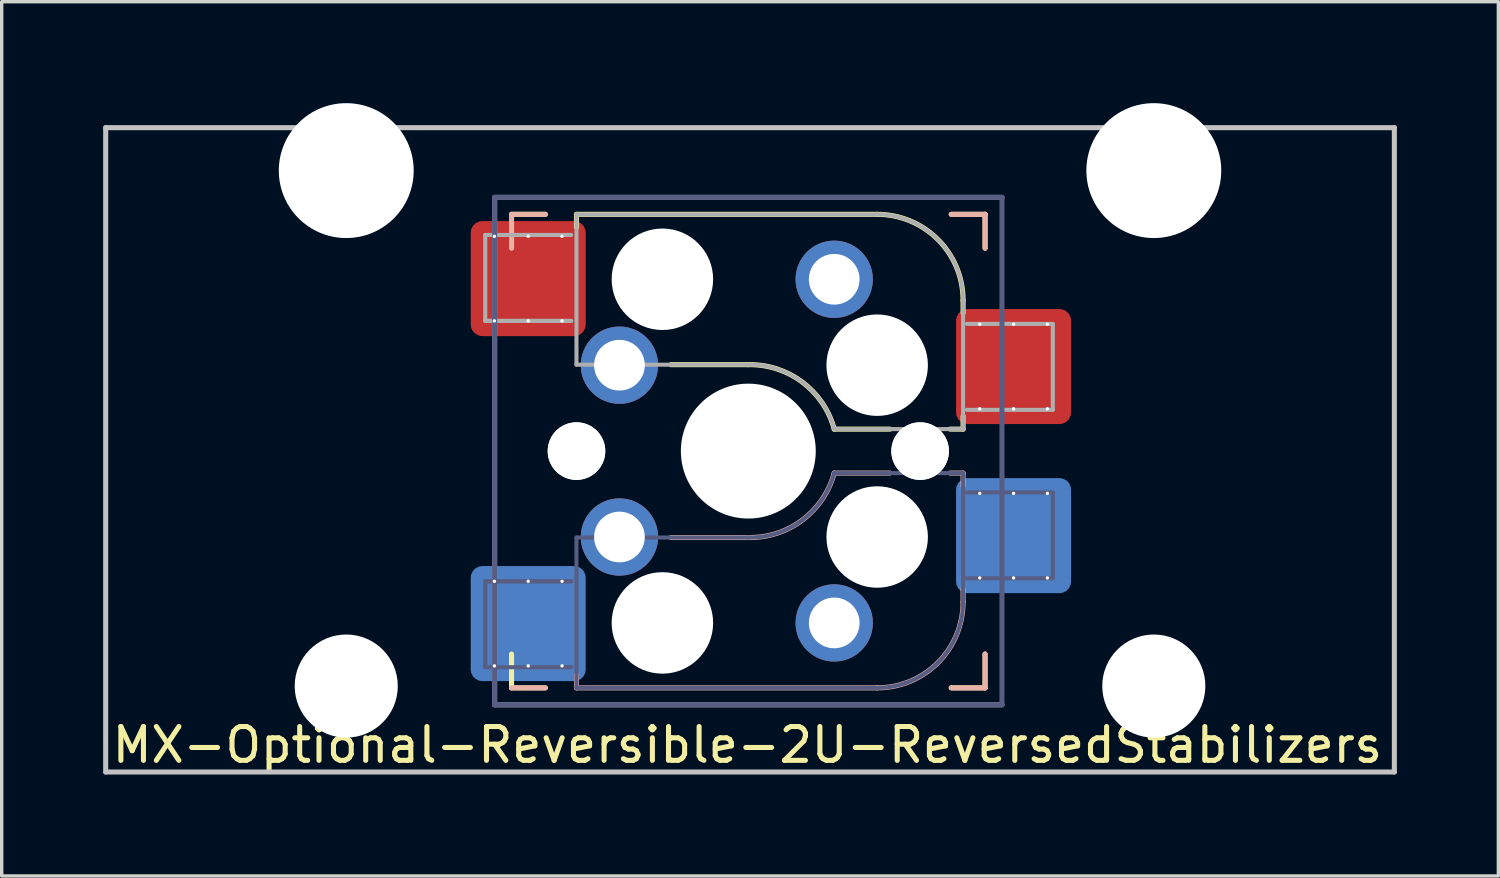
<source format=kicad_pcb>
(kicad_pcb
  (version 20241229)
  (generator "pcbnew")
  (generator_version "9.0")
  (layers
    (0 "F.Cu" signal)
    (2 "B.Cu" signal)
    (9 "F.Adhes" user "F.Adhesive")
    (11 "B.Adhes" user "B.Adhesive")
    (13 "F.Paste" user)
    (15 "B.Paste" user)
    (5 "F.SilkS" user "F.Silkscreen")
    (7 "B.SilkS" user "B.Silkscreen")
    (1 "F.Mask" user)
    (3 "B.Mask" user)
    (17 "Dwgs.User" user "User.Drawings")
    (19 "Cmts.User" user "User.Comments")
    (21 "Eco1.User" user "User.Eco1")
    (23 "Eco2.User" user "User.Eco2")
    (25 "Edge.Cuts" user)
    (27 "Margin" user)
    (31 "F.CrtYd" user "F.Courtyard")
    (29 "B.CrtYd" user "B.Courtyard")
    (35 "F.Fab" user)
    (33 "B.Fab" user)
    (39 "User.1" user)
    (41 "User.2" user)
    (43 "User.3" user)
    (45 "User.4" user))
  (footprint "MX-Optional-Reversible-2U-ReversedStabilizers"
    (layer "F.Cu")
    (at 19.125 10.249)
    (property "Reference" "MX-Optional-Reversible-2U-ReversedStabilizers" (at -0.077 8.726 180) (layer "F.SilkS") (effects (font (size 1 1) (thickness 0.15))))
    (attr smd)
    (fp_rect (start -8.258 -6.062) (end -4.858 -4.062) (stroke (width 0.1) (type solid)) (fill yes) (layer "F.Mask"))
    (fp_rect (start 6.092 -3.462) (end 9.492 -1.462) (stroke (width 0.1) (type solid)) (fill yes) (layer "F.Mask"))
    (fp_rect (start -4.858 4.138) (end -8.258 6.138) (stroke (width 0.1) (type solid)) (fill yes) (layer "B.Mask"))
    (fp_rect (start 9.492 1.538) (end 6.092 3.538) (stroke (width 0.1) (type solid)) (fill yes) (layer "B.Mask"))
    (fp_line (start -7.051 -6.962) (end -6.051 -6.962) (stroke (width 0.15) (type solid)) (layer "F.SilkS"))
    (fp_line (start -7.051 7.038) (end -7.051 6.038) (stroke (width 0.15) (type solid)) (layer "F.SilkS"))
    (fp_line (start -6.051 7.038) (end -7.051 7.038) (stroke (width 0.15) (type solid)) (layer "F.SilkS"))
    (fp_line (start -5.131 -6.581) (end -5.131 -6.962) (stroke (width 0.15) (type solid)) (layer "F.SilkS"))
    (fp_line (start -2.337 -2.517) (end -0.051 -2.517) (stroke (width 0.15) (type solid)) (layer "F.SilkS"))
    (fp_line (start 2.489 -0.612) (end 4.14 -0.612) (stroke (width 0.15) (type solid)) (layer "F.SilkS"))
    (fp_line (start 3.759 -6.962) (end -5.131 -6.962) (stroke (width 0.15) (type solid)) (layer "F.SilkS"))
    (fp_line (start 5.918 -0.612) (end 6.299 -0.612) (stroke (width 0.15) (type solid)) (layer "F.SilkS"))
    (fp_line (start 5.949 -6.962) (end 6.949 -6.962) (stroke (width 0.15) (type solid)) (layer "F.SilkS"))
    (fp_line (start 6.299 -4.041) (end 6.299 -4.422) (stroke (width 0.15) (type solid)) (layer "F.SilkS"))
    (fp_line (start 6.299 -0.612) (end 6.299 -0.993) (stroke (width 0.15) (type solid)) (layer "F.SilkS"))
    (fp_line (start 6.949 -6.962) (end 6.949 -5.962) (stroke (width 0.15) (type solid)) (layer "F.SilkS"))
    (fp_line (start 6.949 6.038) (end 6.949 7.038) (stroke (width 0.15) (type solid)) (layer "F.SilkS"))
    (fp_line (start 6.949 7.038) (end 5.949 7.038) (stroke (width 0.15) (type solid)) (layer "F.SilkS"))
    (fp_arc (start -0.05085 -2.51696) (mid 1.54712 -2.001754) (end 2.48915 -0.61196) (stroke (width 0.15) (type solid)) (layer "F.SilkS"))
    (fp_arc (start 3.75915 -6.96196) (mid 5.555201 -6.218011) (end 6.29915 -4.42196) (stroke (width 0.15) (type solid)) (layer "F.SilkS"))
    (fp_line (start -7.051 -6.962) (end -6.051 -6.962) (stroke (width 0.15) (type solid)) (layer "B.SilkS"))
    (fp_line (start -7.05 -6.96) (end -7.05 -5.96) (stroke (width 0.15) (type solid)) (layer "B.SilkS"))
    (fp_line (start -6.051 7.038) (end -7.051 7.038) (stroke (width 0.15) (type solid)) (layer "B.SilkS"))
    (fp_line (start -5.131 7.038) (end -5.131 6.657) (stroke (width 0.15) (type solid)) (layer "B.SilkS"))
    (fp_line (start -5.131 7.038) (end 3.759 7.038) (stroke (width 0.15) (type solid)) (layer "B.SilkS"))
    (fp_line (start -0.051 2.593) (end -2.337 2.593) (stroke (width 0.15) (type solid)) (layer "B.SilkS"))
    (fp_line (start 4.14 0.688) (end 2.489 0.688) (stroke (width 0.15) (type solid)) (layer "B.SilkS"))
    (fp_line (start 5.949 -6.962) (end 6.949 -6.962) (stroke (width 0.15) (type solid)) (layer "B.SilkS"))
    (fp_line (start 6.299 0.688) (end 5.918 0.688) (stroke (width 0.15) (type solid)) (layer "B.SilkS"))
    (fp_line (start 6.299 1.069) (end 6.299 0.688) (stroke (width 0.15) (type solid)) (layer "B.SilkS"))
    (fp_line (start 6.299 4.498) (end 6.299 4.117) (stroke (width 0.15) (type solid)) (layer "B.SilkS"))
    (fp_line (start 6.949 -6.962) (end 6.949 -5.962) (stroke (width 0.15) (type solid)) (layer "B.SilkS"))
    (fp_line (start 6.949 6.038) (end 6.949 7.038) (stroke (width 0.15) (type solid)) (layer "B.SilkS"))
    (fp_line (start 6.949 7.038) (end 5.949 7.038) (stroke (width 0.15) (type solid)) (layer "B.SilkS"))
    (fp_arc (start 2.48915 0.68804) (mid 1.547119 2.077831) (end -0.05085 2.59304) (stroke (width 0.15) (type solid)) (layer "B.SilkS"))
    (fp_arc (start 6.29915 4.49804) (mid 5.555201 6.294091) (end 3.75915 7.03804) (stroke (width 0.15) (type solid)) (layer "B.SilkS"))
    (fp_line (start -19.05 9.525) (end -19.05 -9.525) (stroke (width 0.15) (type solid)) (layer "Dwgs.User"))
    (fp_line (start 19.05 -9.525) (end -19.05 -9.525) (stroke (width 0.15) (type solid)) (layer "Dwgs.User"))
    (fp_line (start 19.05 9.525) (end -19.05 9.525) (stroke (width 0.15) (type solid)) (layer "Dwgs.User"))
    (fp_line (start 19.05 9.525) (end 19.05 -9.525) (stroke (width 0.15) (type solid)) (layer "Dwgs.User"))
    (fp_line (start -6.951 6.938) (end 6.849 6.938) (stroke (width 0.15) (type solid)) (layer "Eco2.User"))
    (fp_line (start -6.95 -6.86) (end -6.95 6.94) (stroke (width 0.15) (type solid)) (layer "Eco2.User"))
    (fp_line (start 6.848 6.94) (end 6.848 -6.86) (stroke (width 0.15) (type solid)) (layer "Eco2.User"))
    (fp_line (start 6.849 -6.862) (end -6.951 -6.862) (stroke (width 0.15) (type solid)) (layer "Eco2.User"))
    (fp_line (start -7.828 3.888) (end -7.828 6.428) (stroke (width 0.12) (type solid)) (layer "B.Fab"))
    (fp_line (start -7.828 6.428) (end -5.288 6.428) (stroke (width 0.12) (type solid)) (layer "B.Fab"))
    (fp_line (start -7.551 -7.462) (end 7.449 -7.462) (stroke (width 0.15) (type solid)) (layer "B.Fab"))
    (fp_line (start -7.551 7.538) (end -7.551 -7.462) (stroke (width 0.15) (type solid)) (layer "B.Fab"))
    (fp_line (start -5.288 3.888) (end -7.828 3.888) (stroke (width 0.12) (type solid)) (layer "B.Fab"))
    (fp_line (start -5.288 3.888) (end -7.828 3.888) (stroke (width 0.12) (type solid)) (layer "B.Fab"))
    (fp_line (start -5.131 2.593) (end -5.131 7.038) (stroke (width 0.12) (type solid)) (layer "B.Fab"))
    (fp_line (start -5.131 7.038) (end 3.759 7.038) (stroke (width 0.12) (type solid)) (layer "B.Fab"))
    (fp_line (start -0.051 2.593) (end -5.131 2.593) (stroke (width 0.12) (type solid)) (layer "B.Fab"))
    (fp_line (start 6.299 0.688) (end 2.489 0.688) (stroke (width 0.12) (type solid)) (layer "B.Fab"))
    (fp_line (start 6.299 4.498) (end 6.299 0.688) (stroke (width 0.12) (type solid)) (layer "B.Fab"))
    (fp_line (start 6.412 3.798) (end 8.952 3.798) (stroke (width 0.12) (type solid)) (layer "B.Fab"))
    (fp_line (start 7.449 -7.462) (end 7.449 7.538) (stroke (width 0.15) (type solid)) (layer "B.Fab"))
    (fp_line (start 7.449 7.538) (end -7.551 7.538) (stroke (width 0.15) (type solid)) (layer "B.Fab"))
    (fp_line (start 8.952 1.258) (end 6.412 1.258) (stroke (width 0.12) (type solid)) (layer "B.Fab"))
    (fp_line (start 8.952 3.798) (end 8.952 1.258) (stroke (width 0.12) (type solid)) (layer "B.Fab"))
    (fp_arc (start 2.48915 0.68804) (mid 1.547122 2.077836) (end -0.05085 2.59304) (stroke (width 0.12) (type solid)) (layer "B.Fab"))
    (fp_arc (start 6.29915 4.49804) (mid 5.555201 6.294091) (end 3.75915 7.03804) (stroke (width 0.12) (type solid)) (layer "B.Fab"))
    (fp_line (start -7.828 -6.352) (end -7.828 -3.812) (stroke (width 0.12) (type solid)) (layer "F.Fab"))
    (fp_line (start -7.828 -3.812) (end -5.288 -3.812) (stroke (width 0.12) (type solid)) (layer "F.Fab"))
    (fp_line (start -7.828 -3.812) (end -5.288 -3.812) (stroke (width 0.12) (type solid)) (layer "F.Fab"))
    (fp_line (start -7.551 -7.462) (end 7.449 -7.462) (stroke (width 0.15) (type solid)) (layer "F.Fab"))
    (fp_line (start -7.551 7.538) (end -7.551 -7.462) (stroke (width 0.15) (type solid)) (layer "F.Fab"))
    (fp_line (start -5.288 -6.352) (end -7.828 -6.352) (stroke (width 0.12) (type solid)) (layer "F.Fab"))
    (fp_line (start -5.131 -6.962) (end -5.131 -2.517) (stroke (width 0.12) (type solid)) (layer "F.Fab"))
    (fp_line (start -5.131 -2.517) (end -0.051 -2.517) (stroke (width 0.12) (type solid)) (layer "F.Fab"))
    (fp_line (start 2.489 -0.612) (end 6.299 -0.612) (stroke (width 0.12) (type solid)) (layer "F.Fab"))
    (fp_line (start 3.759 -6.962) (end -5.131 -6.962) (stroke (width 0.12) (type solid)) (layer "F.Fab"))
    (fp_line (start 6.299 -0.612) (end 6.299 -4.422) (stroke (width 0.12) (type solid)) (layer "F.Fab"))
    (fp_line (start 6.412 -1.182) (end 8.952 -1.182) (stroke (width 0.12) (type solid)) (layer "F.Fab"))
    (fp_line (start 7.449 7.538) (end -7.551 7.538) (stroke (width 0.15) (type solid)) (layer "F.Fab"))
    (fp_line (start 8.952 -3.722) (end 6.412 -3.722) (stroke (width 0.12) (type solid)) (layer "F.Fab"))
    (fp_line (start 8.952 -1.182) (end 8.952 -3.722) (stroke (width 0.12) (type solid)) (layer "F.Fab"))
    (fp_arc (start -0.05085 -2.51696) (mid 1.547122 -2.001755) (end 2.48915 -0.61196) (stroke (width 0.12) (type solid)) (layer "F.Fab"))
    (fp_arc (start 3.75915 -6.96196) (mid 5.555201 -6.218011) (end 6.29915 -4.42196) (stroke (width 0.12) (type solid)) (layer "F.Fab"))
    (pad "" np_thru_hole circle (at -11.938 -8.255) (size 3.988 3.988) (drill 3.988) (layers "*.Cu" "*.Mask"))
    (pad "" np_thru_hole circle (at -11.938 6.985) (size 3.048 3.048) (drill 3.048) (layers "*.Cu" "*.Mask"))
    (pad "" np_thru_hole circle (at -5.131 0.038 180) (size 1.702 1.702) (drill 1.702) (layers "*.Cu" "*.Mask"))
    (pad "" np_thru_hole circle (at -5.131 0.038) (size 1.702 1.702) (drill 1.702) (layers "*.Cu" "*.Mask"))
    (pad "" np_thru_hole circle (at -2.591 -5.042) (size 3 3) (drill 3) (layers "*.Cu" "*.Mask"))
    (pad "" np_thru_hole circle (at -2.591 5.118 180) (size 3 3) (drill 3) (layers "*.Cu" "*.Mask"))
    (pad "" np_thru_hole circle (at -0.051 0.038) (size 3.988 3.988) (drill 3.988) (layers "*.Cu" "*.Mask"))
    (pad "" np_thru_hole circle (at 3.759 -2.502) (size 3 3) (drill 3) (layers "*.Cu" "*.Mask"))
    (pad "" np_thru_hole circle (at 3.759 2.578 180) (size 3 3) (drill 3) (layers "*.Cu" "*.Mask"))
    (pad "" np_thru_hole circle (at 5.029 0.038) (size 1.702 1.702) (drill 1.702) (layers "*.Cu" "*.Mask"))
    (pad "" np_thru_hole circle (at 5.029 0.038 180) (size 1.702 1.702) (drill 1.702) (layers "*.Cu" "*.Mask"))
    (pad "" np_thru_hole circle (at 11.938 -8.255) (size 3.988 3.988) (drill 3.988) (layers "*.Cu" "*.Mask"))
    (pad "" np_thru_hole circle (at 11.938 6.985) (size 3.048 3.048) (drill 3.048) (layers "*.Cu" "*.Mask"))
    (pad "1" thru_hole circle (at -7.558 -6.312 270) (size 0.1 0.1) (drill 0.3) (layers "*.Cu" "*.Mask"))
    (pad "1" thru_hole circle (at -7.558 -3.812 270) (size 0.1 0.1) (drill 0.3) (layers "*.Cu" "*.Mask"))
    (pad "1" thru_hole circle (at -7.558 3.888 270) (size 0.1 0.1) (drill 0.3) (layers "*.Cu" "*.Mask"))
    (pad "1" thru_hole circle (at -7.558 6.388 270) (size 0.1 0.1) (drill 0.3) (layers "*.Cu" "*.Mask"))
    (pad "1" thru_hole circle (at -6.558 -6.312 270) (size 0.1 0.1) (drill 0.3) (layers "*.Cu"))
    (pad "1" smd roundrect (at -6.558 -5.062 180) (size 3.4 3.4) (property pad_prop_bga) (layers "F.Cu" "F.Paste") (roundrect_rratio 0.1))
    (pad "1" thru_hole circle (at -6.558 -3.812 270) (size 0.1 0.1) (drill 0.3) (layers "*.Cu" "*.Mask"))
    (pad "1" thru_hole circle (at -6.558 3.888 270) (size 0.1 0.1) (drill 0.3) (layers "*.Cu" "*.Mask"))
    (pad "1" smd roundrect (at -6.558 5.138) (size 3.4 3.4) (property pad_prop_bga) (layers "B.Cu" "B.Paste") (roundrect_rratio 0.1))
    (pad "1" thru_hole circle (at -6.558 6.388 270) (size 0.1 0.1) (drill 0.3) (layers "*.Cu"))
    (pad "1" thru_hole circle (at -5.558 -6.312 270) (size 0.1 0.1) (drill 0.3) (layers "*.Cu"))
    (pad "1" thru_hole circle (at -5.558 -3.812 270) (size 0.1 0.1) (drill 0.3) (layers "*.Cu" "*.Mask"))
    (pad "1" thru_hole circle (at -5.558 3.888 270) (size 0.1 0.1) (drill 0.3) (layers "*.Cu" "*.Mask"))
    (pad "1" thru_hole circle (at -5.558 6.388 270) (size 0.1 0.1) (drill 0.3) (layers "*.Cu"))
    (pad "1" thru_hole circle (at -3.861 -2.502) (size 2.286 2.286) (drill 1.499) (layers "*.Cu" "*.Mask"))
    (pad "1" thru_hole circle (at -3.861 2.578 180) (size 2.286 2.286) (drill 1.499) (layers "*.Cu" "*.Mask"))
    (pad "2" thru_hole circle (at 2.489 -5.042) (size 2.286 2.286) (drill 1.499) (layers "*.Cu" "*.Mask"))
    (pad "2" thru_hole circle (at 2.489 5.118 180) (size 2.286 2.286) (drill 1.499) (layers "*.Cu" "*.Mask"))
    (pad "2" thru_hole circle (at 6.792 -3.712 270) (size 0.1 0.1) (drill 0.3) (layers "*.Cu" "*.Mask"))
    (pad "2" thru_hole circle (at 6.792 -1.212 270) (size 0.1 0.1) (drill 0.3) (layers "*.Cu" "*.Mask"))
    (pad "2" thru_hole circle (at 6.792 1.288 270) (size 0.1 0.1) (drill 0.3) (layers "*.Cu" "*.Mask"))
    (pad "2" thru_hole circle (at 6.792 3.788 270) (size 0.1 0.1) (drill 0.3) (layers "*.Cu" "*.Mask"))
    (pad "2" thru_hole circle (at 7.792 -3.712 270) (size 0.1 0.1) (drill 0.3) (layers "*.Cu"))
    (pad "2" smd roundrect (at 7.792 -2.462 180) (size 3.4 3.4) (property pad_prop_bga) (layers "F.Cu" "F.Paste") (roundrect_rratio 0.1))
    (pad "2" thru_hole circle (at 7.792 -1.212 270) (size 0.1 0.1) (drill 0.3) (layers "*.Cu" "*.Mask"))
    (pad "2" thru_hole circle (at 7.792 1.288 270) (size 0.1 0.1) (drill 0.3) (layers "*.Cu" "*.Mask"))
    (pad "2" smd roundrect (at 7.792 2.538) (size 3.4 3.4) (property pad_prop_bga) (layers "B.Cu" "B.Paste") (roundrect_rratio 0.1))
    (pad "2" thru_hole circle (at 7.792 3.788 270) (size 0.1 0.1) (drill 0.3) (layers "*.Cu"))
    (pad "2" thru_hole circle (at 8.792 -3.712 270) (size 0.1 0.1) (drill 0.3) (layers "*.Cu"))
    (pad "2" thru_hole circle (at 8.792 -1.212 270) (size 0.1 0.1) (drill 0.3) (layers "*.Cu" "*.Mask"))
    (pad "2" thru_hole circle (at 8.792 1.288 270) (size 0.1 0.1) (drill 0.3) (layers "*.Cu" "*.Mask"))
    (pad "2" thru_hole circle (at 8.792 3.788 270) (size 0.1 0.1) (drill 0.3) (layers "*.Cu")))
  (gr_rect
    (start -3 -3)
    (end 41.25 22.849)
    (stroke (width 0.1) (type default))
    (fill no)
    (layer "Edge.Cuts")))
</source>
